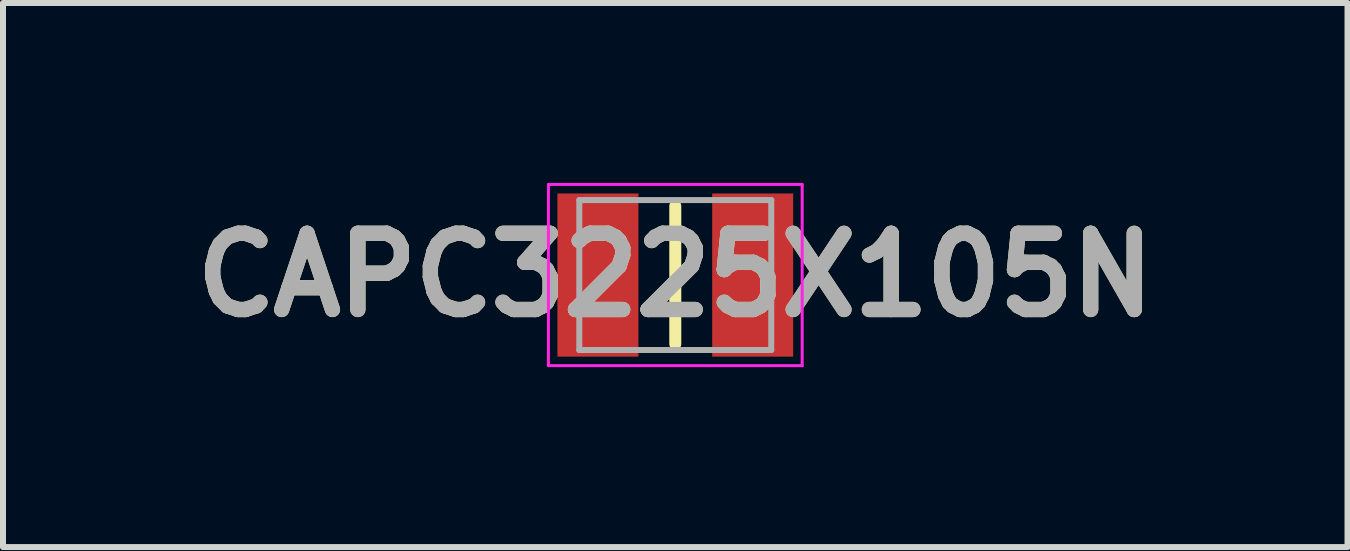
<source format=kicad_pcb>
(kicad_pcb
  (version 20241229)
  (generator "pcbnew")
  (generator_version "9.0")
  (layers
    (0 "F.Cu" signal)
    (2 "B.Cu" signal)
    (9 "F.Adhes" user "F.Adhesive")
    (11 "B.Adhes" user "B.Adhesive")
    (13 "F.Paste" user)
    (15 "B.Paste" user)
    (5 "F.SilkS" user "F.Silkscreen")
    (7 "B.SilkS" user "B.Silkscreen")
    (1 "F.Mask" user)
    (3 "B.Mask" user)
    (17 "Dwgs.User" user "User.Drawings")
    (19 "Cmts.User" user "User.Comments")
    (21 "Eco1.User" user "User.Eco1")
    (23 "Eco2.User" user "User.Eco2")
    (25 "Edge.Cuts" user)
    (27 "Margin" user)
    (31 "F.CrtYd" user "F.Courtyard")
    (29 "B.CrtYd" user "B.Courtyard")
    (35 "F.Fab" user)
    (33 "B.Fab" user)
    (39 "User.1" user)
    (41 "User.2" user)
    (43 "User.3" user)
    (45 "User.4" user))
  (footprint "CAPC3225X105N"
    (layer "F.Cu")
    (at 8.207 1.535)
    (property "Reference" "CAPC3225X105N" (at 0 0 0) (layer "F.SilkS") (effects (font (size 1.27 1.27) (thickness 0.254))))
    (attr smd)
    (fp_line (start 0 -1.15) (end 0 1.15) (stroke (width 0.2) (type solid)) (layer "F.SilkS"))
    (fp_line (start -2.115 -1.51) (end 2.115 -1.51) (stroke (width 0.05) (type solid)) (layer "F.CrtYd"))
    (fp_line (start -2.115 1.51) (end -2.115 -1.51) (stroke (width 0.05) (type solid)) (layer "F.CrtYd"))
    (fp_line (start 2.115 -1.51) (end 2.115 1.51) (stroke (width 0.05) (type solid)) (layer "F.CrtYd"))
    (fp_line (start 2.115 1.51) (end -2.115 1.51) (stroke (width 0.05) (type solid)) (layer "F.CrtYd"))
    (fp_line (start -1.6 -1.25) (end 1.6 -1.25) (stroke (width 0.1) (type solid)) (layer "F.Fab"))
    (fp_line (start -1.6 1.25) (end -1.6 -1.25) (stroke (width 0.1) (type solid)) (layer "F.Fab"))
    (fp_line (start 1.6 -1.25) (end 1.6 1.25) (stroke (width 0.1) (type solid)) (layer "F.Fab"))
    (fp_line (start 1.6 1.25) (end -1.6 1.25) (stroke (width 0.1) (type solid)) (layer "F.Fab"))
    (fp_text user "${REFERENCE}" (at 0 0 0) (layer "F.Fab") (effects (font (size 1.27 1.27) (thickness 0.254))))
    (pad "1" smd rect (at -1.29 0) (size 1.35 2.72) (layers "F.Cu" "F.Mask" "F.Paste"))
    (pad "2" smd rect (at 1.29 0) (size 1.35 2.72) (layers "F.Cu" "F.Mask" "F.Paste")))
  (gr_rect
    (start -3 -3)
    (end 19.413 6.07)
    (stroke (width 0.1) (type default))
    (fill no)
    (layer "Edge.Cuts")))
</source>
